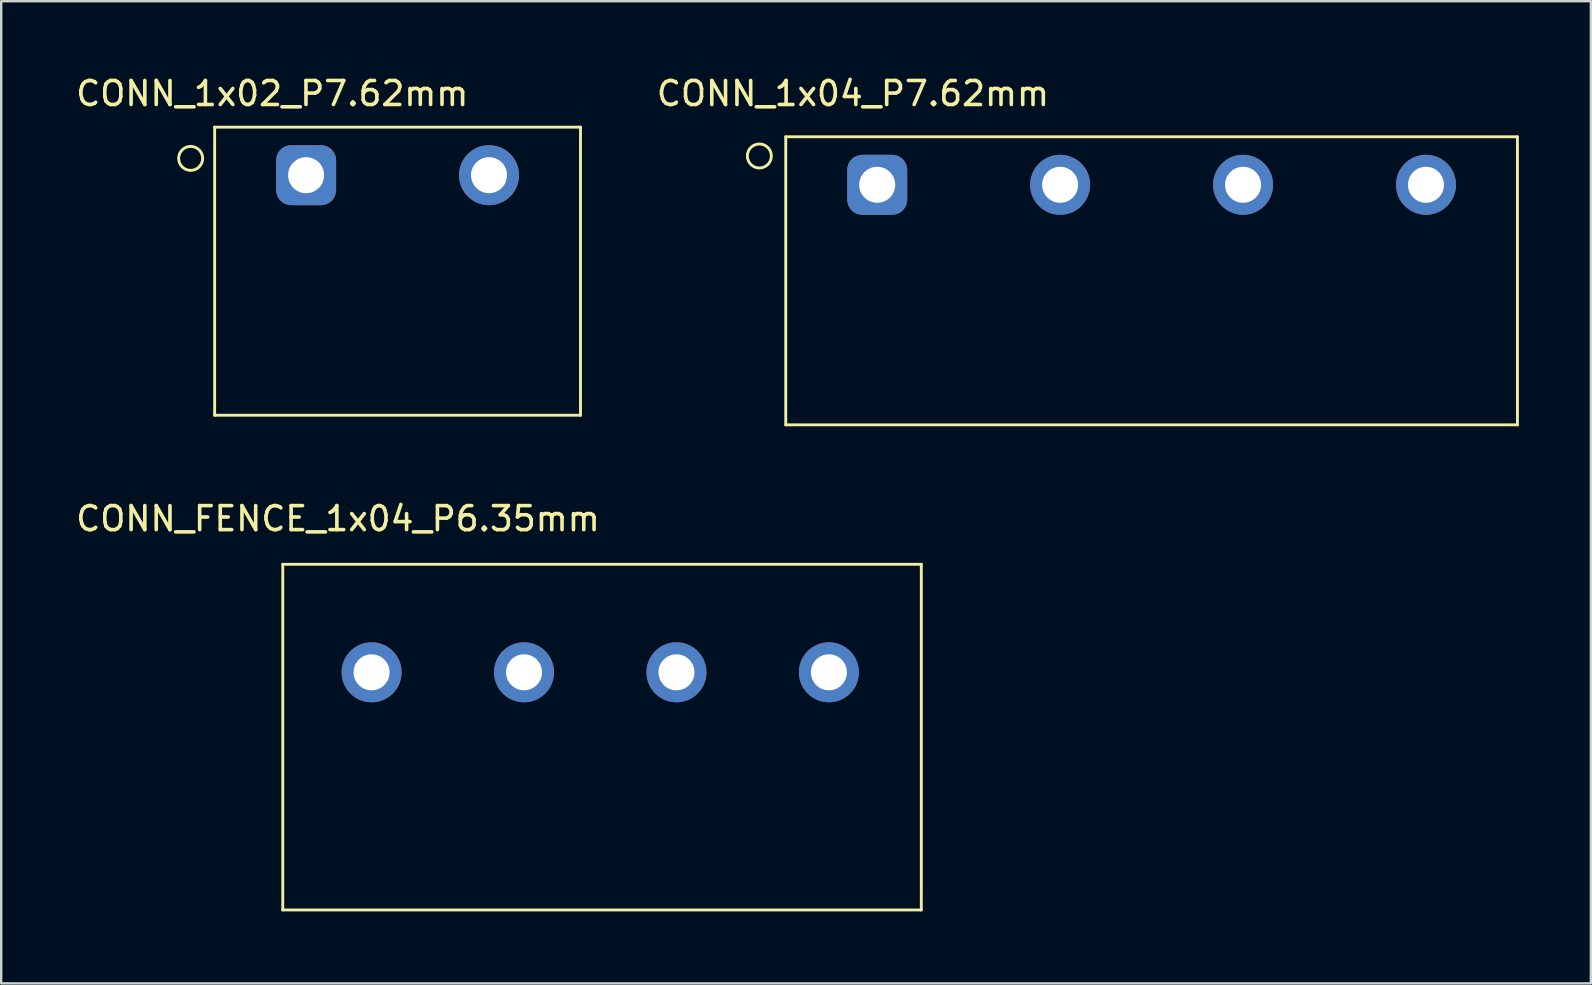
<source format=kicad_pcb>
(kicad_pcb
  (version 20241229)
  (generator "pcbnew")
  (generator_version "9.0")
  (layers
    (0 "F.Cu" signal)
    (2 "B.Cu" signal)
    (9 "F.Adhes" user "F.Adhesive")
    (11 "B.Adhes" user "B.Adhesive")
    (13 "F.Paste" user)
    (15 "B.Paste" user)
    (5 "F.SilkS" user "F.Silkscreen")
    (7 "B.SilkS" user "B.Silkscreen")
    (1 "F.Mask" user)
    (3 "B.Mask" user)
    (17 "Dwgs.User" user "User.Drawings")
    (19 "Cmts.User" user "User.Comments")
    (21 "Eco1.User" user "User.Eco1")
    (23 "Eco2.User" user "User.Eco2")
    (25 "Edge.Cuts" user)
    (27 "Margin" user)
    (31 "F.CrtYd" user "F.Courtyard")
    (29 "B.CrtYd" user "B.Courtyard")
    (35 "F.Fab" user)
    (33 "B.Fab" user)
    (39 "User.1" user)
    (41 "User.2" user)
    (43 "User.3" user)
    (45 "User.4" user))
  (footprint "CONN_1x04_P7.62mm"
    (layer "F.Cu")
    (at 33.483 4.648)
    (property "Reference" "CONN_1x04_P7.62mm" (at -1 -3.8 0) (layer "F.SilkS") (effects (font (size 1 1) (thickness 0.15))))
    (attr through_hole)
    (fp_line (start -3.8 -2) (end 26.68 -2) (stroke (width 0.12) (type solid)) (layer "F.SilkS"))
    (fp_line (start -3.8 10) (end -3.8 -2) (stroke (width 0.12) (type solid)) (layer "F.SilkS"))
    (fp_line (start -3.8 10) (end 26.68 10) (stroke (width 0.12) (type solid)) (layer "F.SilkS"))
    (fp_line (start 26.68 10) (end 26.68 -2) (stroke (width 0.12) (type solid)) (layer "F.SilkS"))
    (fp_circle (center -4.9 -1.2) (end -4.5 -0.9) (stroke (width 0.12) (type solid)) (fill no) (layer "F.SilkS"))
    (pad "1" thru_hole roundrect (at 0.01 0) (size 2.5 2.5) (drill 1.5) (layers "*.Cu" "*.Mask") (roundrect_rratio 0.25))
    (pad "2" thru_hole circle (at 7.63 0) (size 2.5 2.5) (drill 1.5) (layers "*.Cu" "*.Mask"))
    (pad "3" thru_hole circle (at 15.25 0) (size 2.5 2.5) (drill 1.5) (layers "*.Cu" "*.Mask"))
    (pad "4" thru_hole circle (at 22.87 0) (size 2.5 2.5) (drill 1.5) (layers "*.Cu" "*.Mask")))
  (footprint "CONN_FENCE_1x04_P6.35mm"
    (layer "F.Cu")
    (at 22.03 27.657)
    (property "Reference" "CONN_FENCE_1x04_P6.35mm" (at -11 -9.1 0) (layer "F.SilkS") (effects (font (size 1 1) (thickness 0.15))))
    (attr through_hole)
    (fp_line (start -13.3 -7.2) (end 13.3 -7.2) (stroke (width 0.12) (type solid)) (layer "F.SilkS"))
    (fp_line (start -13.3 7.2) (end -13.3 -7.2) (stroke (width 0.12) (type solid)) (layer "F.SilkS"))
    (fp_line (start -13.3 7.2) (end 13.3 7.2) (stroke (width 0.12) (type solid)) (layer "F.SilkS"))
    (fp_line (start 13.3 -7.2) (end 13.3 7.2) (stroke (width 0.12) (type solid)) (layer "F.SilkS"))
    (pad "1" thru_hole circle (at -9.6 -2.7) (size 2.5 2.5) (drill 1.5) (layers "*.Cu" "*.Mask"))
    (pad "2" thru_hole circle (at -3.25 -2.7) (size 2.5 2.5) (drill 1.5) (layers "*.Cu" "*.Mask"))
    (pad "3" thru_hole circle (at 3.1 -2.7) (size 2.5 2.5) (drill 1.5) (layers "*.Cu" "*.Mask"))
    (pad "4" thru_hole circle (at 9.45 -2.7) (size 2.5 2.5) (drill 1.5) (layers "*.Cu" "*.Mask")))
  (footprint "CONN_1x02_P7.62mm"
    (layer "F.Cu")
    (at 9.792 4.248)
    (property "Reference" "CONN_1x02_P7.62mm" (at -1.5 -3.4 0) (layer "F.SilkS") (effects (font (size 1 1) (thickness 0.15))))
    (attr through_hole)
    (fp_line (start -3.9 -2) (end 11.34 -2) (stroke (width 0.12) (type solid)) (layer "F.SilkS"))
    (fp_line (start -3.9 10) (end -3.9 -2) (stroke (width 0.12) (type solid)) (layer "F.SilkS"))
    (fp_line (start -3.9 10) (end 11.34 10) (stroke (width 0.12) (type solid)) (layer "F.SilkS"))
    (fp_line (start 11.34 10) (end 11.34 -2) (stroke (width 0.12) (type solid)) (layer "F.SilkS"))
    (fp_circle (center -4.9 -0.7) (end -4.5 -0.4) (stroke (width 0.12) (type solid)) (fill no) (layer "F.SilkS"))
    (pad "1" thru_hole roundrect (at -0.09 0) (size 2.5 2.5) (drill 1.5) (layers "*.Cu" "*.Mask") (roundrect_rratio 0.25))
    (pad "2" thru_hole circle (at 7.53 0) (size 2.5 2.5) (drill 1.5) (layers "*.Cu" "*.Mask")))
  (gr_rect
    (start -3 -3)
    (end 63.223 37.916)
    (stroke (width 0.1) (type default))
    (fill no)
    (layer "Edge.Cuts")))
</source>
